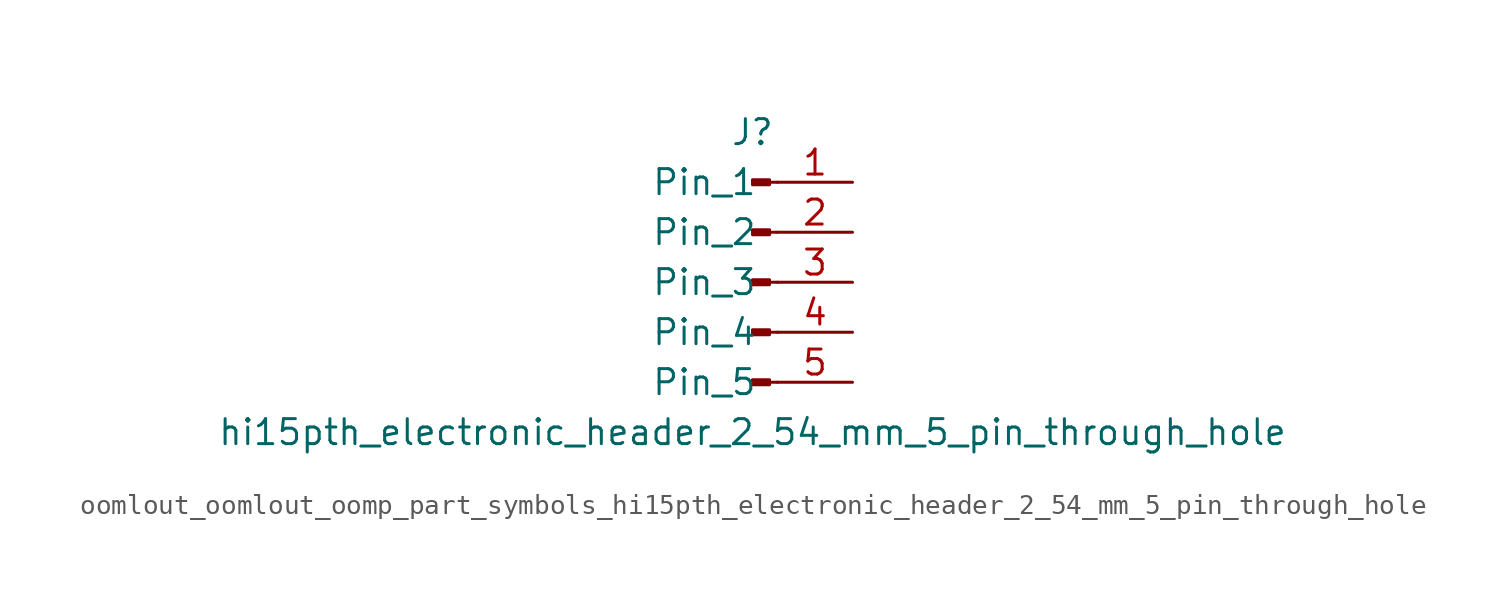
<source format=kicad_sym>
(kicad_symbol_lib
  (version 20220914)
  (generator kicad_symbol_editor)
  (symbol "oomlout_oomlout_oomp_part_symbols_hi15pth_electronic_header_2_54_mm_5_pin_through_hole"
    (pin_names
      (offset 1.016))
    (property "Reference" "J"
      (at 0 7.62 0)
      (effects (font (size 1.27 1.27))))
    (property "Value" "hi15pth_electronic_header_2_54_mm_5_pin_through_hole"
      (at 0 -7.62 0)
      (effects (font (size 1.27 1.27))))
    (property "ki_locked" ""
      (at 0 0 0)
      (effects (font (size 1.27 1.27))))
    (symbol "oomlout_oomlout_oomp_part_symbols_hi15pth_electronic_header_2_54_mm_5_pin_through_hole_1_1"
      (polyline (pts (xy 1.27 -5.08) (xy 0.864 -5.08)) (stroke (width 0.152) (type default)) (fill (type none)))
      (polyline (pts (xy 1.27 -2.54) (xy 0.864 -2.54)) (stroke (width 0.152) (type default)) (fill (type none)))
      (polyline (pts (xy 1.27 0) (xy 0.864 0)) (stroke (width 0.152) (type default)) (fill (type none)))
      (polyline (pts (xy 1.27 2.54) (xy 0.864 2.54)) (stroke (width 0.152) (type default)) (fill (type none)))
      (polyline (pts (xy 1.27 5.08) (xy 0.864 5.08)) (stroke (width 0.152) (type default)) (fill (type none)))
      (rectangle (start 0.864 -4.953) (end 0 -5.207) (stroke (width 0.152) (type default)) (fill (type outline)))
      (rectangle (start 0.864 -2.413) (end 0 -2.667) (stroke (width 0.152) (type default)) (fill (type outline)))
      (rectangle (start 0.864 0.127) (end 0 -0.127) (stroke (width 0.152) (type default)) (fill (type outline)))
      (rectangle (start 0.864 2.667) (end 0 2.413) (stroke (width 0.152) (type default)) (fill (type outline)))
      (rectangle (start 0.864 5.207) (end 0 4.953) (stroke (width 0.152) (type default)) (fill (type outline)))
      (pin passive line (at 5.08 5.08 180) (length 3.81) (name "Pin_1" (effects (font (size 1.27 1.27)))) (number "1" (effects (font (size 1.27 1.27)))))
      (pin passive line (at 5.08 2.54 180) (length 3.81) (name "Pin_2" (effects (font (size 1.27 1.27)))) (number "2" (effects (font (size 1.27 1.27)))))
      (pin passive line (at 5.08 0 180) (length 3.81) (name "Pin_3" (effects (font (size 1.27 1.27)))) (number "3" (effects (font (size 1.27 1.27)))))
      (pin passive line (at 5.08 -2.54 180) (length 3.81) (name "Pin_4" (effects (font (size 1.27 1.27)))) (number "4" (effects (font (size 1.27 1.27)))))
      (pin passive line (at 5.08 -5.08 180) (length 3.81) (name "Pin_5" (effects (font (size 1.27 1.27)))) (number "5" (effects (font (size 1.27 1.27))))))))
</source>
